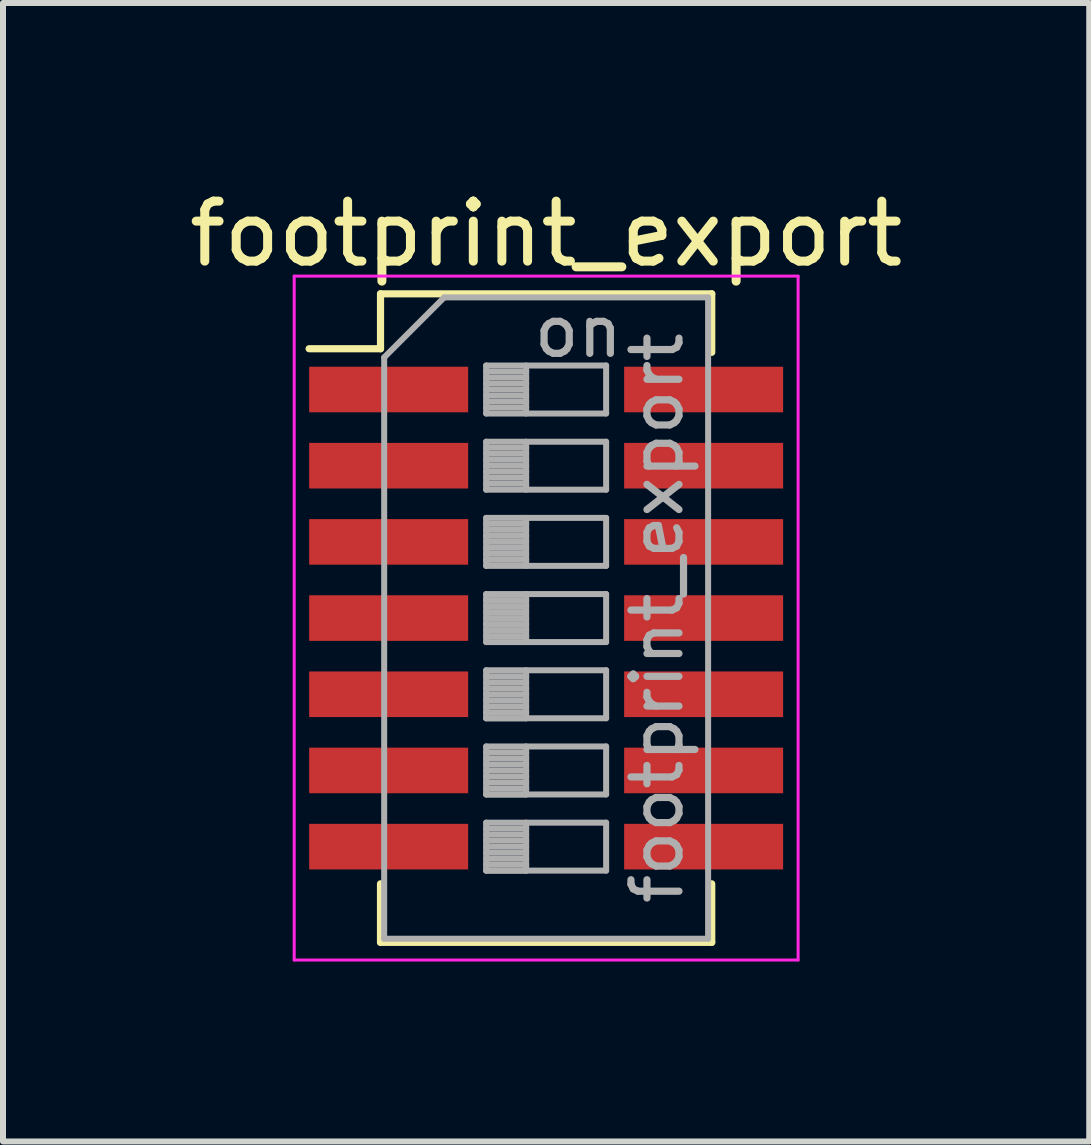
<source format=kicad_pcb>
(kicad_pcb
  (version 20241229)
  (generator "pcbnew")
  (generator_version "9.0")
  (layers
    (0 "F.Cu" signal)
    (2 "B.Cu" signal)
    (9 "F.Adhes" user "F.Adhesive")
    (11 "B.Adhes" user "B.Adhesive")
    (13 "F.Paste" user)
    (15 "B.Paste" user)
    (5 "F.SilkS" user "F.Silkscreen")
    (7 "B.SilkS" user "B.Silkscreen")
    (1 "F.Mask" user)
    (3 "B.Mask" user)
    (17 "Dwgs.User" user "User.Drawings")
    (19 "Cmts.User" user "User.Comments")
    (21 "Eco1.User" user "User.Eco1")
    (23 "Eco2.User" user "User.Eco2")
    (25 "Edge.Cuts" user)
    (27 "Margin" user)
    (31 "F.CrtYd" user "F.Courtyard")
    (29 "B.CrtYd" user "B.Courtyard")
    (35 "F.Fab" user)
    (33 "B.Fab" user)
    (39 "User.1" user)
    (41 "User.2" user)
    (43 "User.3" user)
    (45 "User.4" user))
  (footprint "footprint_export"
    (layer "F.Cu")
    (at 6.054 7.253)
    (property "Reference" "footprint_export" (at 0 -6.405 0) (layer "F.SilkS") (effects (font (size 1 1) (thickness 0.15))))
    (attr smd)
    (fp_line (start -3.951 -4.49) (end -2.761 -4.49) (stroke (width 0.12) (type solid)) (layer "F.SilkS"))
    (fp_line (start -2.761 -5.405) (end -2.761 -4.49) (stroke (width 0.12) (type solid)) (layer "F.SilkS"))
    (fp_line (start -2.761 -5.405) (end 2.76 -5.405) (stroke (width 0.12) (type solid)) (layer "F.SilkS"))
    (fp_line (start -2.761 4.43) (end -2.761 5.405) (stroke (width 0.12) (type solid)) (layer "F.SilkS"))
    (fp_line (start -2.761 5.405) (end 2.76 5.405) (stroke (width 0.12) (type solid)) (layer "F.SilkS"))
    (fp_line (start 2.76 -5.405) (end 2.76 -4.43) (stroke (width 0.12) (type solid)) (layer "F.SilkS"))
    (fp_line (start 2.76 4.43) (end 2.76 5.405) (stroke (width 0.12) (type solid)) (layer "F.SilkS"))
    (fp_line (start -4.2 -5.7) (end -4.2 5.7) (stroke (width 0.05) (type solid)) (layer "F.CrtYd"))
    (fp_line (start -4.2 5.7) (end 4.2 5.7) (stroke (width 0.05) (type solid)) (layer "F.CrtYd"))
    (fp_line (start 4.2 -5.7) (end -4.2 -5.7) (stroke (width 0.05) (type solid)) (layer "F.CrtYd"))
    (fp_line (start 4.2 5.7) (end 4.2 -5.7) (stroke (width 0.05) (type solid)) (layer "F.CrtYd"))
    (fp_line (start -2.7 -4.345) (end -1.7 -5.345) (stroke (width 0.1) (type solid)) (layer "F.Fab"))
    (fp_line (start -2.7 5.345) (end -2.7 -4.345) (stroke (width 0.1) (type solid)) (layer "F.Fab"))
    (fp_line (start -1.7 -5.345) (end 2.7 -5.345) (stroke (width 0.1) (type solid)) (layer "F.Fab"))
    (fp_line (start -1 -4.21) (end -1 -3.41) (stroke (width 0.1) (type solid)) (layer "F.Fab"))
    (fp_line (start -1 -4.11) (end -0.333 -4.11) (stroke (width 0.1) (type solid)) (layer "F.Fab"))
    (fp_line (start -1 -4.01) (end -0.333 -4.01) (stroke (width 0.1) (type solid)) (layer "F.Fab"))
    (fp_line (start -1 -3.91) (end -0.333 -3.91) (stroke (width 0.1) (type solid)) (layer "F.Fab"))
    (fp_line (start -1 -3.81) (end -0.333 -3.81) (stroke (width 0.1) (type solid)) (layer "F.Fab"))
    (fp_line (start -1 -3.71) (end -0.333 -3.71) (stroke (width 0.1) (type solid)) (layer "F.Fab"))
    (fp_line (start -1 -3.61) (end -0.333 -3.61) (stroke (width 0.1) (type solid)) (layer "F.Fab"))
    (fp_line (start -1 -3.51) (end -0.333 -3.51) (stroke (width 0.1) (type solid)) (layer "F.Fab"))
    (fp_line (start -1 -3.41) (end 1 -3.41) (stroke (width 0.1) (type solid)) (layer "F.Fab"))
    (fp_line (start -1 -2.94) (end -1 -2.14) (stroke (width 0.1) (type solid)) (layer "F.Fab"))
    (fp_line (start -1 -2.84) (end -0.333 -2.84) (stroke (width 0.1) (type solid)) (layer "F.Fab"))
    (fp_line (start -1 -2.74) (end -0.333 -2.74) (stroke (width 0.1) (type solid)) (layer "F.Fab"))
    (fp_line (start -1 -2.64) (end -0.333 -2.64) (stroke (width 0.1) (type solid)) (layer "F.Fab"))
    (fp_line (start -1 -2.54) (end -0.333 -2.54) (stroke (width 0.1) (type solid)) (layer "F.Fab"))
    (fp_line (start -1 -2.44) (end -0.333 -2.44) (stroke (width 0.1) (type solid)) (layer "F.Fab"))
    (fp_line (start -1 -2.34) (end -0.333 -2.34) (stroke (width 0.1) (type solid)) (layer "F.Fab"))
    (fp_line (start -1 -2.24) (end -0.333 -2.24) (stroke (width 0.1) (type solid)) (layer "F.Fab"))
    (fp_line (start -1 -2.14) (end 1 -2.14) (stroke (width 0.1) (type solid)) (layer "F.Fab"))
    (fp_line (start -1 -1.67) (end -1 -0.87) (stroke (width 0.1) (type solid)) (layer "F.Fab"))
    (fp_line (start -1 -1.57) (end -0.333 -1.57) (stroke (width 0.1) (type solid)) (layer "F.Fab"))
    (fp_line (start -1 -1.47) (end -0.333 -1.47) (stroke (width 0.1) (type solid)) (layer "F.Fab"))
    (fp_line (start -1 -1.37) (end -0.333 -1.37) (stroke (width 0.1) (type solid)) (layer "F.Fab"))
    (fp_line (start -1 -1.27) (end -0.333 -1.27) (stroke (width 0.1) (type solid)) (layer "F.Fab"))
    (fp_line (start -1 -1.17) (end -0.333 -1.17) (stroke (width 0.1) (type solid)) (layer "F.Fab"))
    (fp_line (start -1 -1.07) (end -0.333 -1.07) (stroke (width 0.1) (type solid)) (layer "F.Fab"))
    (fp_line (start -1 -0.97) (end -0.333 -0.97) (stroke (width 0.1) (type solid)) (layer "F.Fab"))
    (fp_line (start -1 -0.87) (end 1 -0.87) (stroke (width 0.1) (type solid)) (layer "F.Fab"))
    (fp_line (start -1 -0.4) (end -1 0.4) (stroke (width 0.1) (type solid)) (layer "F.Fab"))
    (fp_line (start -1 -0.3) (end -0.333 -0.3) (stroke (width 0.1) (type solid)) (layer "F.Fab"))
    (fp_line (start -1 -0.2) (end -0.333 -0.2) (stroke (width 0.1) (type solid)) (layer "F.Fab"))
    (fp_line (start -1 -0.1) (end -0.333 -0.1) (stroke (width 0.1) (type solid)) (layer "F.Fab"))
    (fp_line (start -1 0) (end -0.333 0) (stroke (width 0.1) (type solid)) (layer "F.Fab"))
    (fp_line (start -1 0.1) (end -0.333 0.1) (stroke (width 0.1) (type solid)) (layer "F.Fab"))
    (fp_line (start -1 0.2) (end -0.333 0.2) (stroke (width 0.1) (type solid)) (layer "F.Fab"))
    (fp_line (start -1 0.3) (end -0.333 0.3) (stroke (width 0.1) (type solid)) (layer "F.Fab"))
    (fp_line (start -1 0.4) (end 1 0.4) (stroke (width 0.1) (type solid)) (layer "F.Fab"))
    (fp_line (start -1 0.87) (end -1 1.67) (stroke (width 0.1) (type solid)) (layer "F.Fab"))
    (fp_line (start -1 0.97) (end -0.333 0.97) (stroke (width 0.1) (type solid)) (layer "F.Fab"))
    (fp_line (start -1 1.07) (end -0.333 1.07) (stroke (width 0.1) (type solid)) (layer "F.Fab"))
    (fp_line (start -1 1.17) (end -0.333 1.17) (stroke (width 0.1) (type solid)) (layer "F.Fab"))
    (fp_line (start -1 1.27) (end -0.333 1.27) (stroke (width 0.1) (type solid)) (layer "F.Fab"))
    (fp_line (start -1 1.37) (end -0.333 1.37) (stroke (width 0.1) (type solid)) (layer "F.Fab"))
    (fp_line (start -1 1.47) (end -0.333 1.47) (stroke (width 0.1) (type solid)) (layer "F.Fab"))
    (fp_line (start -1 1.57) (end -0.333 1.57) (stroke (width 0.1) (type solid)) (layer "F.Fab"))
    (fp_line (start -1 1.67) (end -0.333 1.67) (stroke (width 0.1) (type solid)) (layer "F.Fab"))
    (fp_line (start -1 1.67) (end 1 1.67) (stroke (width 0.1) (type solid)) (layer "F.Fab"))
    (fp_line (start -1 2.14) (end -1 2.94) (stroke (width 0.1) (type solid)) (layer "F.Fab"))
    (fp_line (start -1 2.24) (end -0.333 2.24) (stroke (width 0.1) (type solid)) (layer "F.Fab"))
    (fp_line (start -1 2.34) (end -0.333 2.34) (stroke (width 0.1) (type solid)) (layer "F.Fab"))
    (fp_line (start -1 2.44) (end -0.333 2.44) (stroke (width 0.1) (type solid)) (layer "F.Fab"))
    (fp_line (start -1 2.54) (end -0.333 2.54) (stroke (width 0.1) (type solid)) (layer "F.Fab"))
    (fp_line (start -1 2.64) (end -0.333 2.64) (stroke (width 0.1) (type solid)) (layer "F.Fab"))
    (fp_line (start -1 2.74) (end -0.333 2.74) (stroke (width 0.1) (type solid)) (layer "F.Fab"))
    (fp_line (start -1 2.84) (end -0.333 2.84) (stroke (width 0.1) (type solid)) (layer "F.Fab"))
    (fp_line (start -1 2.94) (end -0.333 2.94) (stroke (width 0.1) (type solid)) (layer "F.Fab"))
    (fp_line (start -1 2.94) (end 1 2.94) (stroke (width 0.1) (type solid)) (layer "F.Fab"))
    (fp_line (start -1 3.41) (end -1 4.21) (stroke (width 0.1) (type solid)) (layer "F.Fab"))
    (fp_line (start -1 3.51) (end -0.333 3.51) (stroke (width 0.1) (type solid)) (layer "F.Fab"))
    (fp_line (start -1 3.61) (end -0.333 3.61) (stroke (width 0.1) (type solid)) (layer "F.Fab"))
    (fp_line (start -1 3.71) (end -0.333 3.71) (stroke (width 0.1) (type solid)) (layer "F.Fab"))
    (fp_line (start -1 3.81) (end -0.333 3.81) (stroke (width 0.1) (type solid)) (layer "F.Fab"))
    (fp_line (start -1 3.91) (end -0.333 3.91) (stroke (width 0.1) (type solid)) (layer "F.Fab"))
    (fp_line (start -1 4.01) (end -0.333 4.01) (stroke (width 0.1) (type solid)) (layer "F.Fab"))
    (fp_line (start -1 4.11) (end -0.333 4.11) (stroke (width 0.1) (type solid)) (layer "F.Fab"))
    (fp_line (start -1 4.21) (end -0.333 4.21) (stroke (width 0.1) (type solid)) (layer "F.Fab"))
    (fp_line (start -1 4.21) (end 1 4.21) (stroke (width 0.1) (type solid)) (layer "F.Fab"))
    (fp_line (start -0.333 -4.21) (end -0.333 -3.41) (stroke (width 0.1) (type solid)) (layer "F.Fab"))
    (fp_line (start -0.333 -2.94) (end -0.333 -2.14) (stroke (width 0.1) (type solid)) (layer "F.Fab"))
    (fp_line (start -0.333 -1.67) (end -0.333 -0.87) (stroke (width 0.1) (type solid)) (layer "F.Fab"))
    (fp_line (start -0.333 -0.4) (end -0.333 0.4) (stroke (width 0.1) (type solid)) (layer "F.Fab"))
    (fp_line (start -0.333 0.87) (end -0.333 1.67) (stroke (width 0.1) (type solid)) (layer "F.Fab"))
    (fp_line (start -0.333 2.14) (end -0.333 2.94) (stroke (width 0.1) (type solid)) (layer "F.Fab"))
    (fp_line (start -0.333 3.41) (end -0.333 4.21) (stroke (width 0.1) (type solid)) (layer "F.Fab"))
    (fp_line (start 1 -4.21) (end -1 -4.21) (stroke (width 0.1) (type solid)) (layer "F.Fab"))
    (fp_line (start 1 -3.41) (end 1 -4.21) (stroke (width 0.1) (type solid)) (layer "F.Fab"))
    (fp_line (start 1 -2.94) (end -1 -2.94) (stroke (width 0.1) (type solid)) (layer "F.Fab"))
    (fp_line (start 1 -2.14) (end 1 -2.94) (stroke (width 0.1) (type solid)) (layer "F.Fab"))
    (fp_line (start 1 -1.67) (end -1 -1.67) (stroke (width 0.1) (type solid)) (layer "F.Fab"))
    (fp_line (start 1 -0.87) (end 1 -1.67) (stroke (width 0.1) (type solid)) (layer "F.Fab"))
    (fp_line (start 1 -0.4) (end -1 -0.4) (stroke (width 0.1) (type solid)) (layer "F.Fab"))
    (fp_line (start 1 0.4) (end 1 -0.4) (stroke (width 0.1) (type solid)) (layer "F.Fab"))
    (fp_line (start 1 0.87) (end -1 0.87) (stroke (width 0.1) (type solid)) (layer "F.Fab"))
    (fp_line (start 1 1.67) (end 1 0.87) (stroke (width 0.1) (type solid)) (layer "F.Fab"))
    (fp_line (start 1 2.14) (end -1 2.14) (stroke (width 0.1) (type solid)) (layer "F.Fab"))
    (fp_line (start 1 2.94) (end 1 2.14) (stroke (width 0.1) (type solid)) (layer "F.Fab"))
    (fp_line (start 1 3.41) (end -1 3.41) (stroke (width 0.1) (type solid)) (layer "F.Fab"))
    (fp_line (start 1 4.21) (end 1 3.41) (stroke (width 0.1) (type solid)) (layer "F.Fab"))
    (fp_line (start 2.7 -5.345) (end 2.7 5.345) (stroke (width 0.1) (type solid)) (layer "F.Fab"))
    (fp_line (start 2.7 5.345) (end -2.7 5.345) (stroke (width 0.1) (type solid)) (layer "F.Fab"))
    (fp_text user "on" (at 0.537 -4.777 0) (layer "F.Fab") (effects (font (size 0.8 0.8) (thickness 0.12))))
    (fp_text user "${REFERENCE}" (at 1.85 0 90) (layer "F.Fab") (effects (font (size 0.8 0.8) (thickness 0.12))))
    (pad "1" smd rect (at -2.625 -3.81) (size 2.65 0.76) (layers "F.Cu" "F.Mask" "F.Paste"))
    (pad "2" smd rect (at -2.625 -2.54) (size 2.65 0.76) (layers "F.Cu" "F.Mask" "F.Paste"))
    (pad "3" smd rect (at -2.625 -1.27) (size 2.65 0.76) (layers "F.Cu" "F.Mask" "F.Paste"))
    (pad "4" smd rect (at -2.625 0) (size 2.65 0.76) (layers "F.Cu" "F.Mask" "F.Paste"))
    (pad "5" smd rect (at -2.625 1.27) (size 2.65 0.76) (layers "F.Cu" "F.Mask" "F.Paste"))
    (pad "6" smd rect (at -2.625 2.54) (size 2.65 0.76) (layers "F.Cu" "F.Mask" "F.Paste"))
    (pad "7" smd rect (at -2.625 3.81) (size 2.65 0.76) (layers "F.Cu" "F.Mask" "F.Paste"))
    (pad "8" smd rect (at 2.625 3.81) (size 2.65 0.76) (layers "F.Cu" "F.Mask" "F.Paste"))
    (pad "9" smd rect (at 2.625 2.54) (size 2.65 0.76) (layers "F.Cu" "F.Mask" "F.Paste"))
    (pad "10" smd rect (at 2.625 1.27) (size 2.65 0.76) (layers "F.Cu" "F.Mask" "F.Paste"))
    (pad "11" smd rect (at 2.625 0) (size 2.65 0.76) (layers "F.Cu" "F.Mask" "F.Paste"))
    (pad "12" smd rect (at 2.625 -1.27) (size 2.65 0.76) (layers "F.Cu" "F.Mask" "F.Paste"))
    (pad "13" smd rect (at 2.625 -2.54) (size 2.65 0.76) (layers "F.Cu" "F.Mask" "F.Paste"))
    (pad "14" smd rect (at 2.625 -3.81) (size 2.65 0.76) (layers "F.Cu" "F.Mask" "F.Paste")))
  (gr_rect
    (start -3 -3)
    (end 15.107 15.978)
    (stroke (width 0.1) (type default))
    (fill no)
    (layer "Edge.Cuts")))
</source>
